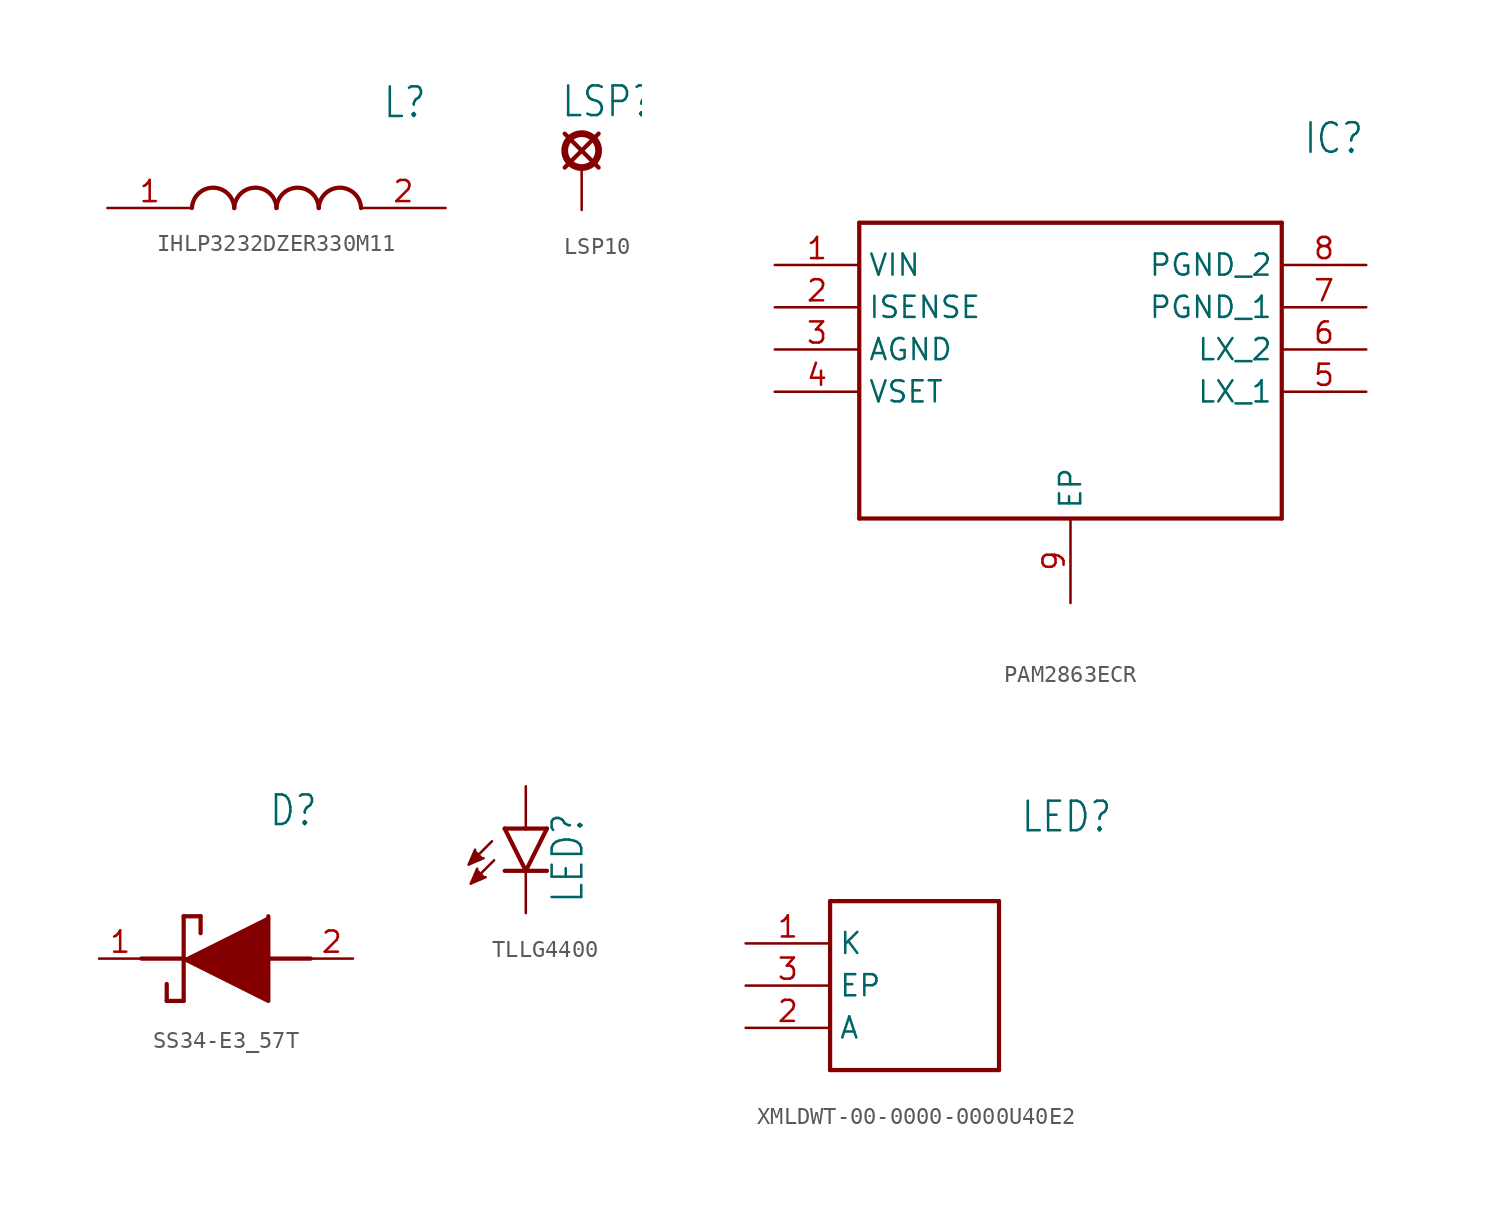
<source format=kicad_sym>
(kicad_symbol_lib
  (version 20231120)
  (generator "kicad_symbol_editor")
  (generator_version "8.0")
  (symbol "IHLP3232DZER330M11"
    (property "Reference" "L"
      (at 16.51 6.35 0)
      (effects (font (size 1.778 1.511)) (justify left)))
    (property "Value" ""
      (at 16.51 3.81 0)
      (effects (font (size 1.778 1.511)) (justify left)))
    (property "ki_locked" ""
      (at 0 0 0)
      (effects (font (size 1.27 1.27))))
    (symbol "IHLP3232DZER330M11_1_0"
      (arc (start 7.62 0) (mid 6.35 1.22) (end 5.08 0) (stroke (width 0.254) (type solid)) (fill (type none)))
      (arc (start 10.16 0) (mid 8.89 1.22) (end 7.62 0) (stroke (width 0.254) (type solid)) (fill (type none)))
      (arc (start 12.7 0) (mid 11.43 1.22) (end 10.16 0) (stroke (width 0.254) (type solid)) (fill (type none)))
      (arc (start 15.24 0) (mid 13.97 1.22) (end 12.7 0) (stroke (width 0.254) (type solid)) (fill (type none)))
      (pin bidirectional line (at 0 0 0) (length 5.08) (name "1" (effects (font (size 0 0)))) (number "1" (effects (font (size 1.27 1.27)))))
      (pin bidirectional line (at 20.32 0 180) (length 5.08) (name "2" (effects (font (size 0 0)))) (number "2" (effects (font (size 1.27 1.27)))))))
  (symbol "LSP10"
    (property "Reference" "LSP"
      (at -1.27 2.921 0)
      (effects (font (size 1.778 1.511)) (justify left bottom)))
    (property "ki_locked" ""
      (at 0 0 0)
      (effects (font (size 1.27 1.27))))
    (symbol "LSP10_1_0"
      (polyline (pts (xy -1.016 0) (xy 1.016 2.032)) (stroke (width 0.254) (type solid)) (fill (type none)))
      (polyline (pts (xy -1.016 2.032) (xy 1.016 0)) (stroke (width 0.254) (type solid)) (fill (type none)))
      (circle (center 0 1.016) (radius 1.016) (stroke (width 0.406) (type solid)) (fill (type none)))
      (pin passive line (at 0 -2.54 90) (length 2.54) (name "MP" (effects (font (size 0 0)))) (number "MP" (effects (font (size 0 0)))))))
  (symbol "PAM2863ECR"
    (property "Reference" "IC"
      (at 31.75 7.62 0)
      (effects (font (size 1.778 1.511)) (justify left)))
    (property "Value" ""
      (at 31.75 5.08 0)
      (effects (font (size 1.778 1.511)) (justify left)))
    (property "ki_locked" ""
      (at 0 0 0)
      (effects (font (size 1.27 1.27))))
    (symbol "PAM2863ECR_1_0"
      (polyline (pts (xy 5.08 2.54) (xy 5.08 -15.24)) (stroke (width 0.254) (type solid)) (fill (type none)))
      (polyline (pts (xy 5.08 2.54) (xy 30.48 2.54)) (stroke (width 0.254) (type solid)) (fill (type none)))
      (polyline (pts (xy 30.48 -15.24) (xy 5.08 -15.24)) (stroke (width 0.254) (type solid)) (fill (type none)))
      (polyline (pts (xy 30.48 -15.24) (xy 30.48 2.54)) (stroke (width 0.254) (type solid)) (fill (type none)))
      (pin bidirectional line (at 0 0 0) (length 5.08) (name "VIN" (effects (font (size 1.27 1.27)))) (number "1" (effects (font (size 1.27 1.27)))))
      (pin bidirectional line (at 0 -2.54 0) (length 5.08) (name "ISENSE" (effects (font (size 1.27 1.27)))) (number "2" (effects (font (size 1.27 1.27)))))
      (pin bidirectional line (at 0 -5.08 0) (length 5.08) (name "AGND" (effects (font (size 1.27 1.27)))) (number "3" (effects (font (size 1.27 1.27)))))
      (pin bidirectional line (at 0 -7.62 0) (length 5.08) (name "VSET" (effects (font (size 1.27 1.27)))) (number "4" (effects (font (size 1.27 1.27)))))
      (pin bidirectional line (at 35.56 -7.62 180) (length 5.08) (name "LX_1" (effects (font (size 1.27 1.27)))) (number "5" (effects (font (size 1.27 1.27)))))
      (pin bidirectional line (at 35.56 -5.08 180) (length 5.08) (name "LX_2" (effects (font (size 1.27 1.27)))) (number "6" (effects (font (size 1.27 1.27)))))
      (pin bidirectional line (at 35.56 -2.54 180) (length 5.08) (name "PGND_1" (effects (font (size 1.27 1.27)))) (number "7" (effects (font (size 1.27 1.27)))))
      (pin bidirectional line (at 35.56 0 180) (length 5.08) (name "PGND_2" (effects (font (size 1.27 1.27)))) (number "8" (effects (font (size 1.27 1.27)))))
      (pin bidirectional line (at 17.78 -20.32 90) (length 5.08) (name "EP" (effects (font (size 1.27 1.27)))) (number "9" (effects (font (size 1.27 1.27)))))))
  (symbol "SS34-E3_57T"
    (property "Reference" "D"
      (at 12.7 8.89 0)
      (effects (font (size 1.778 1.511)) (justify left)))
    (property "Value" ""
      (at 12.7 6.35 0)
      (effects (font (size 1.778 1.511)) (justify left)))
    (property "ki_locked" ""
      (at 0 0 0)
      (effects (font (size 1.27 1.27))))
    (symbol "SS34-E3_57T_1_0"
      (polyline (pts (xy 5.08 0) (xy 7.62 0)) (stroke (width 0.254) (type solid)) (fill (type none)))
      (polyline (pts (xy 6.604 -1.524) (xy 6.604 -2.54)) (stroke (width 0.254) (type solid)) (fill (type none)))
      (polyline (pts (xy 7.62 -2.54) (xy 6.604 -2.54)) (stroke (width 0.254) (type solid)) (fill (type none)))
      (polyline (pts (xy 7.62 2.54) (xy 7.62 -2.54)) (stroke (width 0.254) (type solid)) (fill (type none)))
      (polyline (pts (xy 7.62 2.54) (xy 8.636 2.54)) (stroke (width 0.254) (type solid)) (fill (type none)))
      (polyline (pts (xy 8.636 1.524) (xy 8.636 2.54)) (stroke (width 0.254) (type solid)) (fill (type none)))
      (polyline (pts (xy 12.7 0) (xy 15.24 0)) (stroke (width 0.254) (type solid)) (fill (type none)))
      (polyline (pts (xy 7.62 0) (xy 12.7 -2.54) (xy 12.7 2.54)) (stroke (width 0.254) (type solid)) (fill (type outline)))
      (pin bidirectional line (at 2.54 0 0) (length 2.54) (name "K" (effects (font (size 0 0)))) (number "1" (effects (font (size 1.27 1.27)))))
      (pin bidirectional line (at 17.78 0 180) (length 2.54) (name "A" (effects (font (size 0 0)))) (number "2" (effects (font (size 1.27 1.27)))))))
  (symbol "TLLG4400"
    (property "Reference" "LED"
      (at 3.556 -4.572 90)
      (effects (font (size 1.778 1.511)) (justify left bottom)))
    (property "Value" ""
      (at 5.715 -4.572 90)
      (effects (font (size 1.778 1.511)) (justify left bottom)))
    (property "ki_locked" ""
      (at 0 0 0)
      (effects (font (size 1.27 1.27))))
    (symbol "TLLG4400_1_0"
      (polyline (pts (xy -2.032 -0.762) (xy -3.429 -2.159)) (stroke (width 0.152) (type solid)) (fill (type none)))
      (polyline (pts (xy -1.905 -1.905) (xy -3.302 -3.302)) (stroke (width 0.152) (type solid)) (fill (type none)))
      (polyline (pts (xy 0 -2.54) (xy -1.27 -2.54)) (stroke (width 0.254) (type solid)) (fill (type none)))
      (polyline (pts (xy 0 -2.54) (xy -1.27 0)) (stroke (width 0.254) (type solid)) (fill (type none)))
      (polyline (pts (xy 0 0) (xy -1.27 0)) (stroke (width 0.254) (type solid)) (fill (type none)))
      (polyline (pts (xy 1.27 -2.54) (xy 0 -2.54)) (stroke (width 0.254) (type solid)) (fill (type none)))
      (polyline (pts (xy 1.27 0) (xy 0 -2.54)) (stroke (width 0.254) (type solid)) (fill (type none)))
      (polyline (pts (xy 1.27 0) (xy 0 0)) (stroke (width 0.254) (type solid)) (fill (type none)))
      (polyline (pts (xy -3.048 -1.27) (xy -3.429 -2.159) (xy -2.54 -1.778)) (stroke (width 0.152) (type solid)) (fill (type outline)))
      (polyline (pts (xy -2.921 -2.413) (xy -3.302 -3.302) (xy -2.413 -2.921)) (stroke (width 0.152) (type solid)) (fill (type outline)))
      (pin passive line (at 0 2.54 270) (length 2.54) (name "A" (effects (font (size 0 0)))) (number "A" (effects (font (size 0 0)))))
      (pin passive line (at 0 -5.08 90) (length 2.54) (name "C" (effects (font (size 0 0)))) (number "K" (effects (font (size 0 0)))))))
  (symbol "XMLDWT-00-0000-0000U40E2"
    (property "Reference" "LED"
      (at 16.51 7.62 0)
      (effects (font (size 1.778 1.511)) (justify left)))
    (property "Value" ""
      (at 16.51 5.08 0)
      (effects (font (size 1.778 1.511)) (justify left)))
    (property "ki_locked" ""
      (at 0 0 0)
      (effects (font (size 1.27 1.27))))
    (symbol "XMLDWT-00-0000-0000U40E2_1_0"
      (polyline (pts (xy 5.08 2.54) (xy 5.08 -7.62)) (stroke (width 0.254) (type solid)) (fill (type none)))
      (polyline (pts (xy 5.08 2.54) (xy 15.24 2.54)) (stroke (width 0.254) (type solid)) (fill (type none)))
      (polyline (pts (xy 15.24 -7.62) (xy 5.08 -7.62)) (stroke (width 0.254) (type solid)) (fill (type none)))
      (polyline (pts (xy 15.24 -7.62) (xy 15.24 2.54)) (stroke (width 0.254) (type solid)) (fill (type none)))
      (pin bidirectional line (at 0 0 0) (length 5.08) (name "K" (effects (font (size 1.27 1.27)))) (number "1" (effects (font (size 1.27 1.27)))))
      (pin bidirectional line (at 0 -5.08 0) (length 5.08) (name "A" (effects (font (size 1.27 1.27)))) (number "2" (effects (font (size 1.27 1.27)))))
      (pin bidirectional line (at 0 -2.54 0) (length 5.08) (name "EP" (effects (font (size 1.27 1.27)))) (number "3" (effects (font (size 1.27 1.27))))))))
</source>
